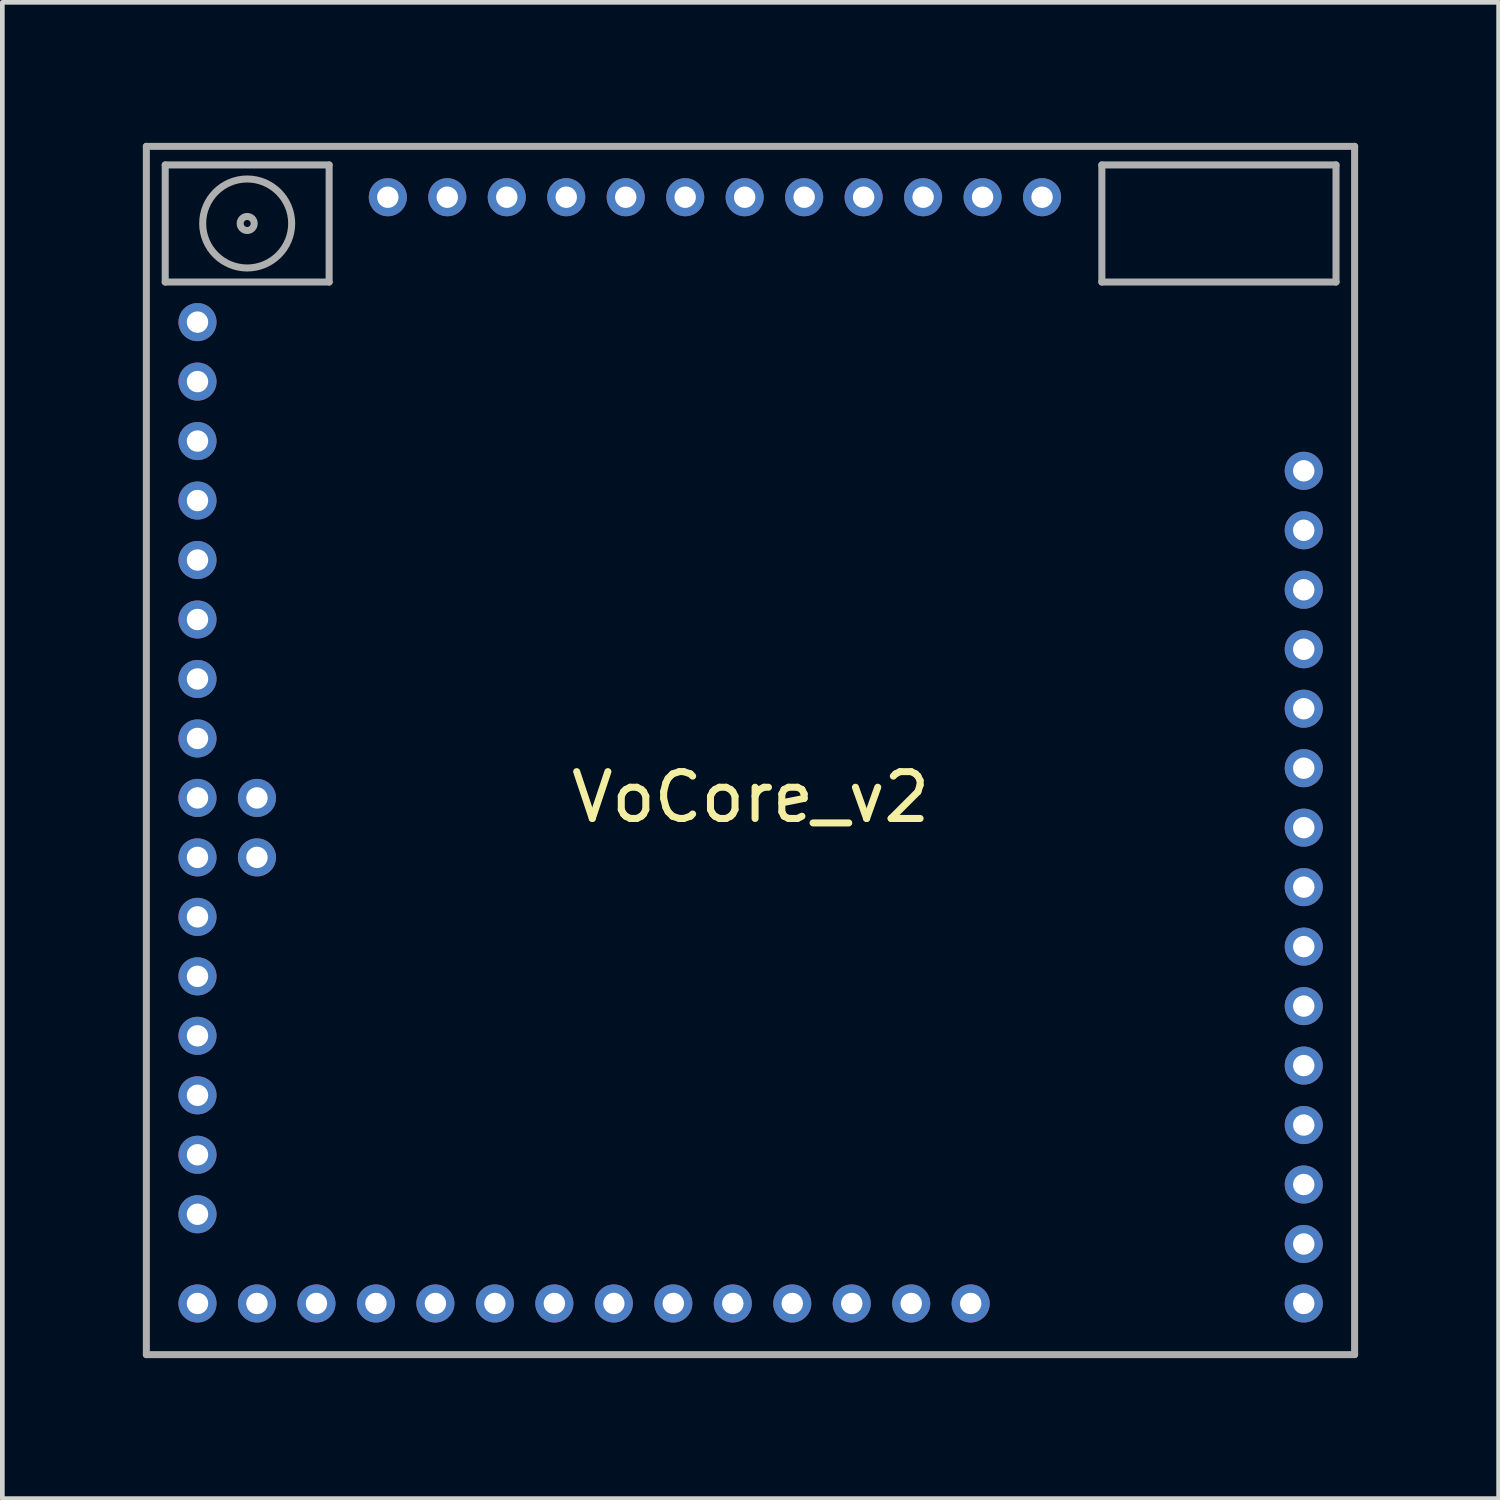
<source format=kicad_pcb>
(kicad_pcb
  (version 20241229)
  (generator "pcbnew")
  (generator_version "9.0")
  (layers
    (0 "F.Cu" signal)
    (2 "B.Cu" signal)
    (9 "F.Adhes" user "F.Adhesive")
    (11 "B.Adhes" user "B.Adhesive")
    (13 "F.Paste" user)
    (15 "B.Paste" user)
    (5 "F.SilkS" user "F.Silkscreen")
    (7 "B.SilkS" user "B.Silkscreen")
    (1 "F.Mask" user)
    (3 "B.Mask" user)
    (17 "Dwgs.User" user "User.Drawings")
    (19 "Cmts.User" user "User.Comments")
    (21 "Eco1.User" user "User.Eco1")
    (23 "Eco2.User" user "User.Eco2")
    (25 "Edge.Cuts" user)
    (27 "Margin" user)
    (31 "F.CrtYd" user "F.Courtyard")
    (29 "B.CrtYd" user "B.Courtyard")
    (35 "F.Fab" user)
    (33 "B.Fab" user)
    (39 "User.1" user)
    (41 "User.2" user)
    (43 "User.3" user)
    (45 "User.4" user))
  (footprint "VoCore_v2"
    (layer "F.Cu")
    (at 12.978 12.972)
    (property "Reference" "VoCore_v2" (at 0 1 0) (layer "F.SilkS") (effects (font (size 1 1) (thickness 0.15))))
    (attr through_hole)
    (fp_line (start -12.903 -12.897) (end 12.897 -12.897) (stroke (width 0.15) (type solid)) (layer "F.Fab"))
    (fp_line (start -12.903 12.903) (end -12.903 -12.897) (stroke (width 0.15) (type solid)) (layer "F.Fab"))
    (fp_line (start -12.5 -12.5) (end -9 -12.5) (stroke (width 0.15) (type solid)) (layer "F.Fab"))
    (fp_line (start -12.5 -10) (end -12.5 -12.5) (stroke (width 0.15) (type solid)) (layer "F.Fab"))
    (fp_line (start -9 -12.5) (end -9 -10) (stroke (width 0.15) (type solid)) (layer "F.Fab"))
    (fp_line (start -9 -10) (end -12.5 -10) (stroke (width 0.15) (type solid)) (layer "F.Fab"))
    (fp_line (start 7.5 -12.5) (end 12.5 -12.5) (stroke (width 0.15) (type solid)) (layer "F.Fab"))
    (fp_line (start 7.5 -10) (end 7.5 -12.5) (stroke (width 0.15) (type solid)) (layer "F.Fab"))
    (fp_line (start 12.5 -12.5) (end 12.5 -10) (stroke (width 0.15) (type solid)) (layer "F.Fab"))
    (fp_line (start 12.5 -10) (end 7.5 -10) (stroke (width 0.15) (type solid)) (layer "F.Fab"))
    (fp_line (start 12.897 -12.897) (end 12.897 12.903) (stroke (width 0.15) (type solid)) (layer "F.Fab"))
    (fp_line (start 12.897 12.903) (end -12.903 12.903) (stroke (width 0.15) (type solid)) (layer "F.Fab"))
    (fp_circle (center -10.75 -11.25) (end -10.6 -11.25) (stroke (width 0.15) (type solid)) (fill no) (layer "F.Fab"))
    (fp_circle (center -10.75 -11.25) (end -9.8 -11.25) (stroke (width 0.15) (type solid)) (fill no) (layer "F.Fab"))
    (pad "1" thru_hole circle (at -11.811 -9.144) (size 0.813 0.813) (drill 0.457) (layers "*.Cu" "*.Mask"))
    (pad "2" thru_hole circle (at -11.811 -7.874) (size 0.813 0.813) (drill 0.457) (layers "*.Cu" "*.Mask"))
    (pad "3" thru_hole circle (at -11.811 -6.604) (size 0.813 0.813) (drill 0.457) (layers "*.Cu" "*.Mask"))
    (pad "4" thru_hole circle (at -11.811 -5.334) (size 0.813 0.813) (drill 0.457) (layers "*.Cu" "*.Mask"))
    (pad "5" thru_hole circle (at -11.811 -4.064) (size 0.813 0.813) (drill 0.457) (layers "*.Cu" "*.Mask"))
    (pad "6" thru_hole circle (at -11.811 -2.794) (size 0.813 0.813) (drill 0.457) (layers "*.Cu" "*.Mask"))
    (pad "7" thru_hole circle (at -11.811 -1.524) (size 0.813 0.813) (drill 0.457) (layers "*.Cu" "*.Mask"))
    (pad "8" thru_hole circle (at -11.811 -0.254) (size 0.813 0.813) (drill 0.457) (layers "*.Cu" "*.Mask"))
    (pad "9" thru_hole circle (at -11.811 1.016) (size 0.813 0.813) (drill 0.457) (layers "*.Cu" "*.Mask"))
    (pad "10" thru_hole circle (at -11.811 2.286) (size 0.813 0.813) (drill 0.457) (layers "*.Cu" "*.Mask"))
    (pad "11" thru_hole circle (at -10.541 1.016) (size 0.813 0.813) (drill 0.457) (layers "*.Cu" "*.Mask"))
    (pad "12" thru_hole circle (at -10.541 2.286) (size 0.813 0.813) (drill 0.457) (layers "*.Cu" "*.Mask"))
    (pad "13" thru_hole circle (at -11.811 3.556) (size 0.813 0.813) (drill 0.457) (layers "*.Cu" "*.Mask"))
    (pad "14" thru_hole circle (at -11.811 4.826) (size 0.813 0.813) (drill 0.457) (layers "*.Cu" "*.Mask"))
    (pad "15" thru_hole circle (at -11.811 6.096) (size 0.813 0.813) (drill 0.457) (layers "*.Cu" "*.Mask"))
    (pad "16" thru_hole circle (at -11.811 7.366) (size 0.813 0.813) (drill 0.457) (layers "*.Cu" "*.Mask"))
    (pad "17" thru_hole circle (at -11.811 8.636) (size 0.813 0.813) (drill 0.457) (layers "*.Cu" "*.Mask"))
    (pad "18" thru_hole circle (at -11.811 9.906) (size 0.813 0.813) (drill 0.457) (layers "*.Cu" "*.Mask"))
    (pad "19" thru_hole circle (at -11.811 11.811) (size 0.813 0.813) (drill 0.457) (layers "*.Cu" "*.Mask"))
    (pad "20" thru_hole circle (at -10.541 11.811) (size 0.813 0.813) (drill 0.457) (layers "*.Cu" "*.Mask"))
    (pad "21" thru_hole circle (at -9.271 11.811) (size 0.813 0.813) (drill 0.457) (layers "*.Cu" "*.Mask"))
    (pad "22" thru_hole circle (at -8.001 11.811) (size 0.813 0.813) (drill 0.457) (layers "*.Cu" "*.Mask"))
    (pad "23" thru_hole circle (at -6.731 11.811) (size 0.813 0.813) (drill 0.457) (layers "*.Cu" "*.Mask"))
    (pad "24" thru_hole circle (at -5.461 11.811) (size 0.813 0.813) (drill 0.457) (layers "*.Cu" "*.Mask"))
    (pad "25" thru_hole circle (at -4.191 11.811) (size 0.813 0.813) (drill 0.457) (layers "*.Cu" "*.Mask"))
    (pad "26" thru_hole circle (at -2.921 11.811) (size 0.813 0.813) (drill 0.457) (layers "*.Cu" "*.Mask"))
    (pad "27" thru_hole circle (at -1.651 11.811) (size 0.813 0.813) (drill 0.457) (layers "*.Cu" "*.Mask"))
    (pad "28" thru_hole circle (at -0.381 11.811) (size 0.813 0.813) (drill 0.457) (layers "*.Cu" "*.Mask"))
    (pad "29" thru_hole circle (at 0.889 11.811) (size 0.813 0.813) (drill 0.457) (layers "*.Cu" "*.Mask"))
    (pad "30" thru_hole circle (at 2.159 11.811) (size 0.813 0.813) (drill 0.457) (layers "*.Cu" "*.Mask"))
    (pad "31" thru_hole circle (at 3.429 11.811) (size 0.813 0.813) (drill 0.457) (layers "*.Cu" "*.Mask"))
    (pad "32" thru_hole circle (at 4.699 11.811) (size 0.813 0.813) (drill 0.457) (layers "*.Cu" "*.Mask"))
    (pad "33" thru_hole circle (at 11.811 11.811) (size 0.813 0.813) (drill 0.457) (layers "*.Cu" "*.Mask"))
    (pad "34" thru_hole circle (at 11.811 10.541) (size 0.813 0.813) (drill 0.457) (layers "*.Cu" "*.Mask"))
    (pad "35" thru_hole circle (at 11.811 9.271) (size 0.813 0.813) (drill 0.457) (layers "*.Cu" "*.Mask"))
    (pad "36" thru_hole circle (at 11.811 8.001) (size 0.813 0.813) (drill 0.457) (layers "*.Cu" "*.Mask"))
    (pad "37" thru_hole circle (at 11.811 6.731) (size 0.813 0.813) (drill 0.457) (layers "*.Cu" "*.Mask"))
    (pad "38" thru_hole circle (at 11.811 5.461) (size 0.813 0.813) (drill 0.457) (layers "*.Cu" "*.Mask"))
    (pad "39" thru_hole circle (at 11.811 4.191) (size 0.813 0.813) (drill 0.457) (layers "*.Cu" "*.Mask"))
    (pad "40" thru_hole circle (at 11.811 2.921) (size 0.813 0.813) (drill 0.457) (layers "*.Cu" "*.Mask"))
    (pad "41" thru_hole circle (at 11.811 1.651) (size 0.813 0.813) (drill 0.457) (layers "*.Cu" "*.Mask"))
    (pad "42" thru_hole circle (at 11.811 0.381) (size 0.813 0.813) (drill 0.457) (layers "*.Cu" "*.Mask"))
    (pad "43" thru_hole circle (at 11.811 -0.889) (size 0.813 0.813) (drill 0.457) (layers "*.Cu" "*.Mask"))
    (pad "44" thru_hole circle (at 11.811 -2.159) (size 0.813 0.813) (drill 0.457) (layers "*.Cu" "*.Mask"))
    (pad "45" thru_hole circle (at 11.811 -3.429) (size 0.813 0.813) (drill 0.457) (layers "*.Cu" "*.Mask"))
    (pad "46" thru_hole circle (at 11.811 -4.699) (size 0.813 0.813) (drill 0.457) (layers "*.Cu" "*.Mask"))
    (pad "47" thru_hole circle (at 11.811 -5.969) (size 0.813 0.813) (drill 0.457) (layers "*.Cu" "*.Mask"))
    (pad "48" thru_hole circle (at 6.223 -11.811) (size 0.813 0.813) (drill 0.457) (layers "*.Cu" "*.Mask"))
    (pad "49" thru_hole circle (at 4.953 -11.811) (size 0.813 0.813) (drill 0.457) (layers "*.Cu" "*.Mask"))
    (pad "50" thru_hole circle (at 3.683 -11.811) (size 0.813 0.813) (drill 0.457) (layers "*.Cu" "*.Mask"))
    (pad "51" thru_hole circle (at 2.413 -11.811) (size 0.813 0.813) (drill 0.457) (layers "*.Cu" "*.Mask"))
    (pad "52" thru_hole circle (at 1.143 -11.811) (size 0.813 0.813) (drill 0.457) (layers "*.Cu" "*.Mask"))
    (pad "53" thru_hole circle (at -0.127 -11.811) (size 0.813 0.813) (drill 0.457) (layers "*.Cu" "*.Mask"))
    (pad "54" thru_hole circle (at -1.397 -11.811) (size 0.813 0.813) (drill 0.457) (layers "*.Cu" "*.Mask"))
    (pad "55" thru_hole circle (at -2.667 -11.811) (size 0.813 0.813) (drill 0.457) (layers "*.Cu" "*.Mask"))
    (pad "56" thru_hole circle (at -3.937 -11.811) (size 0.813 0.813) (drill 0.457) (layers "*.Cu" "*.Mask"))
    (pad "57" thru_hole circle (at -5.207 -11.811) (size 0.813 0.813) (drill 0.457) (layers "*.Cu" "*.Mask"))
    (pad "58" thru_hole circle (at -6.477 -11.811) (size 0.813 0.813) (drill 0.457) (layers "*.Cu" "*.Mask"))
    (pad "59" thru_hole circle (at -7.747 -11.811) (size 0.813 0.813) (drill 0.457) (layers "*.Cu" "*.Mask")))
  (gr_rect
    (start -3 -3)
    (end 28.95 28.95)
    (stroke (width 0.1) (type default))
    (fill no)
    (layer "Edge.Cuts")))
</source>
